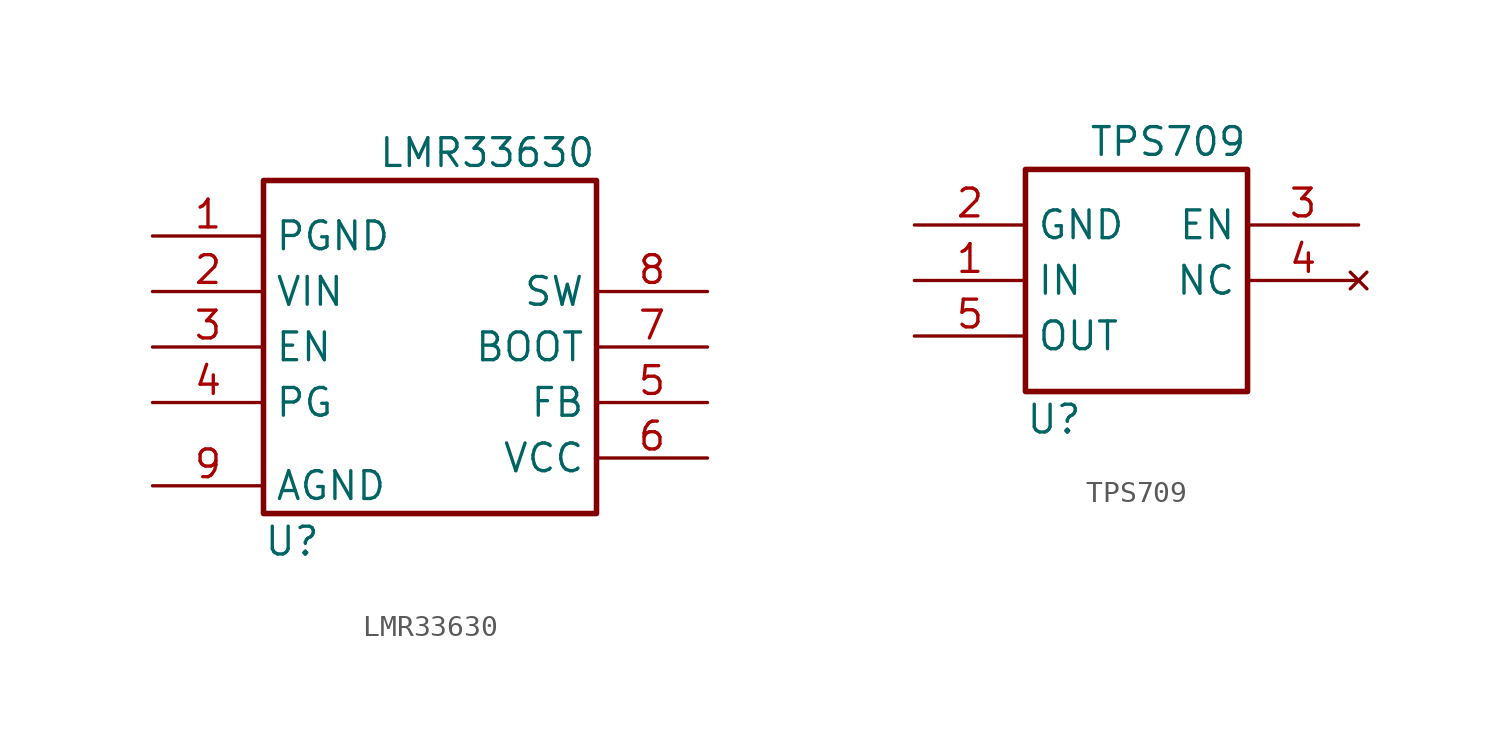
<source format=kicad_sym>
(kicad_symbol_lib
  (version 20211014)
  (generator kicad_symbol_editor)
  (symbol "LMR33630"
    (property "Reference" "U"
      (at -7.62 -8.89 0)
      (effects (font (size 1.27 1.27)) (justify left)))
    (property "Value" "LMR33630"
      (at 7.62 8.89 0)
      (effects (font (size 1.27 1.27)) (justify right)))
    (symbol "LMR33630_0_0"
      (rectangle (start -7.62 7.62) (end 7.62 -7.62) (stroke (width 0.254) (type default) (color 0 0 0 0)) (fill (type none))))
    (symbol "LMR33630_1_1"
      (pin input line (at -12.7 5.08 0) (length 5.08) (name "PGND" (effects (font (size 1.27 1.27)))) (number "1" (effects (font (size 1.27 1.27)))))
      (pin power_in line (at -12.7 2.54 0) (length 5.08) (name "VIN" (effects (font (size 1.27 1.27)))) (number "2" (effects (font (size 1.27 1.27)))))
      (pin input line (at -12.7 0 0) (length 5.08) (name "EN" (effects (font (size 1.27 1.27)))) (number "3" (effects (font (size 1.27 1.27)))))
      (pin input line (at -12.7 -2.54 0) (length 5.08) (name "PG" (effects (font (size 1.27 1.27)))) (number "4" (effects (font (size 1.27 1.27)))))
      (pin input line (at 12.7 -2.54 180) (length 5.08) (name "FB" (effects (font (size 1.27 1.27)))) (number "5" (effects (font (size 1.27 1.27)))))
      (pin power_out line (at 12.7 -5.08 180) (length 5.08) (name "VCC" (effects (font (size 1.27 1.27)))) (number "6" (effects (font (size 1.27 1.27)))))
      (pin input line (at 12.7 0 180) (length 5.08) (name "BOOT" (effects (font (size 1.27 1.27)))) (number "7" (effects (font (size 1.27 1.27)))))
      (pin input line (at 12.7 2.54 180) (length 5.08) (name "SW" (effects (font (size 1.27 1.27)))) (number "8" (effects (font (size 1.27 1.27)))))
      (pin input line (at -12.7 -6.35 0) (length 5.08) (name "AGND" (effects (font (size 1.27 1.27)))) (number "9" (effects (font (size 1.27 1.27)))))))
  (symbol "TPS709"
    (property "Reference" "U"
      (at -5.08 -6.35 0)
      (effects (font (size 1.27 1.27)) (justify left)))
    (property "Value" "TPS709"
      (at 5.08 6.35 0)
      (effects (font (size 1.27 1.27)) (justify right)))
    (symbol "TPS709_0_0"
      (rectangle (start -5.08 5.08) (end 5.08 -5.08) (stroke (width 0.254) (type default) (color 0 0 0 0)) (fill (type none))))
    (symbol "TPS709_1_1"
      (pin power_in line (at -10.16 0 0) (length 5.08) (name "IN" (effects (font (size 1.27 1.27)))) (number "1" (effects (font (size 1.27 1.27)))))
      (pin input line (at -10.16 2.54 0) (length 5.08) (name "GND" (effects (font (size 1.27 1.27)))) (number "2" (effects (font (size 1.27 1.27)))))
      (pin input line (at 10.16 2.54 180) (length 5.08) (name "EN" (effects (font (size 1.27 1.27)))) (number "3" (effects (font (size 1.27 1.27)))))
      (pin no_connect line (at 10.16 0 180) (length 5.08) (name "NC" (effects (font (size 1.27 1.27)))) (number "4" (effects (font (size 1.27 1.27)))))
      (pin power_out line (at -10.16 -2.54 0) (length 5.08) (name "OUT" (effects (font (size 1.27 1.27)))) (number "5" (effects (font (size 1.27 1.27))))))))
</source>
